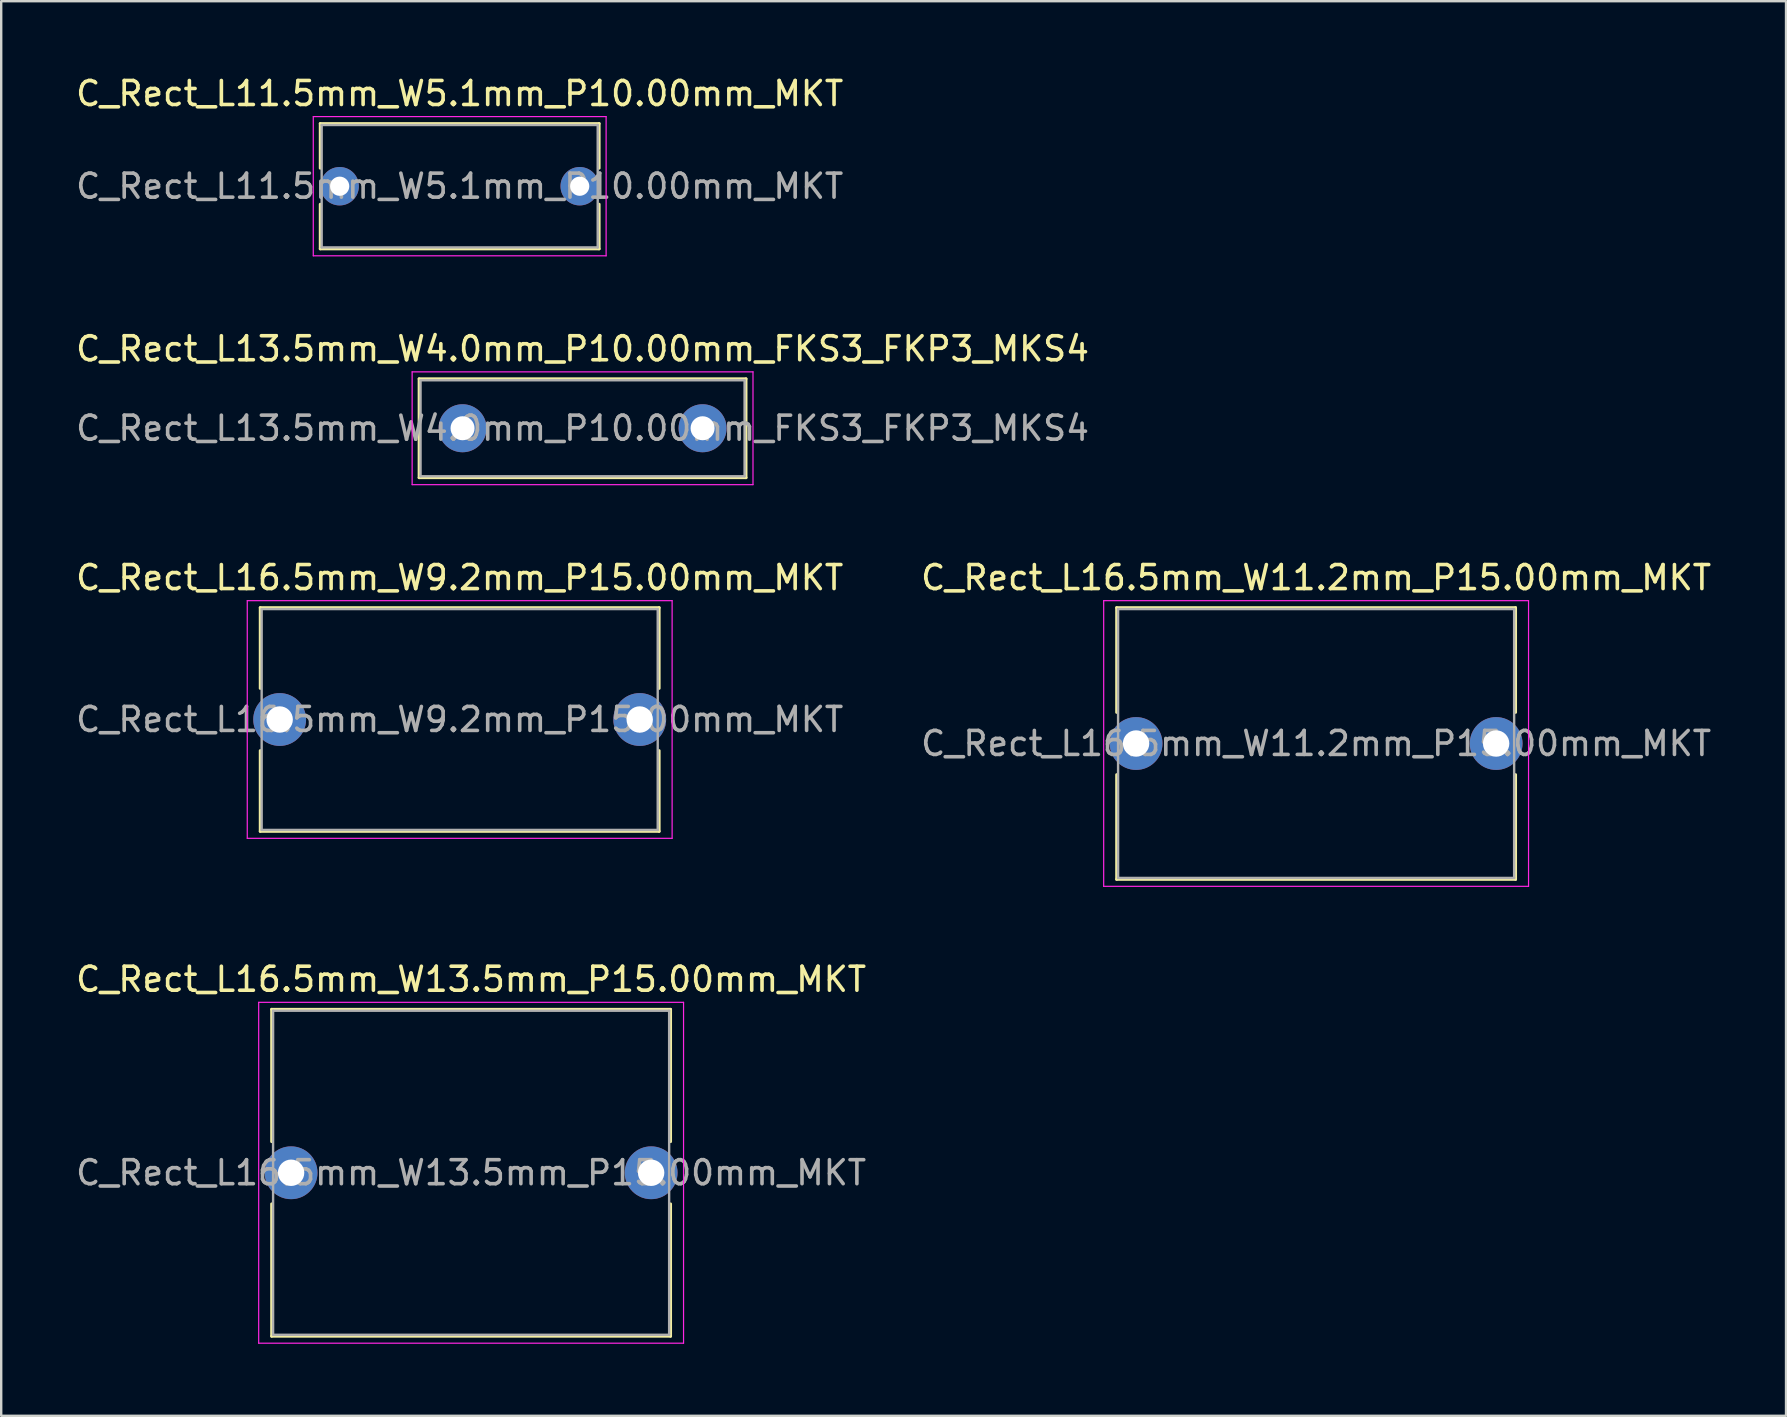
<source format=kicad_pcb>
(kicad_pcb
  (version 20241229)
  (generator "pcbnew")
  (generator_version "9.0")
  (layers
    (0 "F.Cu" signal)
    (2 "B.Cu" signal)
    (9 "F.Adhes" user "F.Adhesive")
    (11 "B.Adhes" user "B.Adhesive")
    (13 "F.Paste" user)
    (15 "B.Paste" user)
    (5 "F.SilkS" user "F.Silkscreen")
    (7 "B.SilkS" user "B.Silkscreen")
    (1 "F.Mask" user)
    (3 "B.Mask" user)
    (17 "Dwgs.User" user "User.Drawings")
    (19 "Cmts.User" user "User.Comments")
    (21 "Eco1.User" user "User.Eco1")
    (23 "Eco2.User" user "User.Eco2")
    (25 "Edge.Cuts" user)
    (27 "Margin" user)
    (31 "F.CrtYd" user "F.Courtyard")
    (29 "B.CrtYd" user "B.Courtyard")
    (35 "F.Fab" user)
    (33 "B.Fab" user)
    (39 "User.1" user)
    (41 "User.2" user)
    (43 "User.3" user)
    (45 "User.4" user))
  (footprint "C_Rect_L11.5mm_W5.1mm_P10.00mm_MKT"
    (layer "F.Cu")
    (at 11.101 4.708)
    (property "Reference" "C_Rect_L11.5mm_W5.1mm_P10.00mm_MKT" (at 5 -3.86 0) (layer "F.SilkS") (effects (font (size 1 1) (thickness 0.15))))
    (attr through_hole)
    (fp_line (start -0.81 -2.61) (end -0.81 -0.75) (stroke (width 0.12) (type solid)) (layer "F.SilkS"))
    (fp_line (start -0.81 -2.61) (end 10.81 -2.61) (stroke (width 0.12) (type solid)) (layer "F.SilkS"))
    (fp_line (start -0.81 0.75) (end -0.81 2.61) (stroke (width 0.12) (type solid)) (layer "F.SilkS"))
    (fp_line (start -0.81 2.61) (end 10.81 2.61) (stroke (width 0.12) (type solid)) (layer "F.SilkS"))
    (fp_line (start 10.81 -2.61) (end 10.81 -0.75) (stroke (width 0.12) (type solid)) (layer "F.SilkS"))
    (fp_line (start 10.81 0.75) (end 10.81 2.61) (stroke (width 0.12) (type solid)) (layer "F.SilkS"))
    (fp_line (start -1.1 -2.9) (end -1.1 2.9) (stroke (width 0.05) (type solid)) (layer "F.CrtYd"))
    (fp_line (start -1.1 2.9) (end 11.1 2.9) (stroke (width 0.05) (type solid)) (layer "F.CrtYd"))
    (fp_line (start 11.1 -2.9) (end -1.1 -2.9) (stroke (width 0.05) (type solid)) (layer "F.CrtYd"))
    (fp_line (start 11.1 2.9) (end 11.1 -2.9) (stroke (width 0.05) (type solid)) (layer "F.CrtYd"))
    (fp_line (start -0.75 -2.55) (end -0.75 2.55) (stroke (width 0.1) (type solid)) (layer "F.Fab"))
    (fp_line (start -0.75 2.55) (end 10.75 2.55) (stroke (width 0.1) (type solid)) (layer "F.Fab"))
    (fp_line (start 10.75 -2.55) (end -0.75 -2.55) (stroke (width 0.1) (type solid)) (layer "F.Fab"))
    (fp_line (start 10.75 2.55) (end 10.75 -2.55) (stroke (width 0.1) (type solid)) (layer "F.Fab"))
    (fp_text user "${REFERENCE}" (at 5 0 0) (layer "F.Fab") (effects (font (size 1 1) (thickness 0.15))))
    (pad "1" thru_hole circle (at 0 0) (size 1.6 1.6) (drill 0.8) (layers "*.Cu" "*.Mask"))
    (pad "2" thru_hole circle (at 10 0) (size 1.6 1.6) (drill 0.8) (layers "*.Cu" "*.Mask")))
  (footprint "C_Rect_L13.5mm_W4.0mm_P10.00mm_FKS3_FKP3_MKS4"
    (layer "F.Cu")
    (at 16.22 14.791)
    (property "Reference" "C_Rect_L13.5mm_W4.0mm_P10.00mm_FKS3_FKP3_MKS4" (at 5 -3.31 0) (layer "F.SilkS") (effects (font (size 1 1) (thickness 0.15))))
    (attr through_hole)
    (fp_line (start -1.81 -2.06) (end -1.81 2.06) (stroke (width 0.12) (type solid)) (layer "F.SilkS"))
    (fp_line (start -1.81 -2.06) (end 11.81 -2.06) (stroke (width 0.12) (type solid)) (layer "F.SilkS"))
    (fp_line (start -1.81 2.06) (end 11.81 2.06) (stroke (width 0.12) (type solid)) (layer "F.SilkS"))
    (fp_line (start 11.81 -2.06) (end 11.81 2.06) (stroke (width 0.12) (type solid)) (layer "F.SilkS"))
    (fp_line (start -2.1 -2.35) (end -2.1 2.35) (stroke (width 0.05) (type solid)) (layer "F.CrtYd"))
    (fp_line (start -2.1 2.35) (end 12.1 2.35) (stroke (width 0.05) (type solid)) (layer "F.CrtYd"))
    (fp_line (start 12.1 -2.35) (end -2.1 -2.35) (stroke (width 0.05) (type solid)) (layer "F.CrtYd"))
    (fp_line (start 12.1 2.35) (end 12.1 -2.35) (stroke (width 0.05) (type solid)) (layer "F.CrtYd"))
    (fp_line (start -1.75 -2) (end -1.75 2) (stroke (width 0.1) (type solid)) (layer "F.Fab"))
    (fp_line (start -1.75 2) (end 11.75 2) (stroke (width 0.1) (type solid)) (layer "F.Fab"))
    (fp_line (start 11.75 -2) (end -1.75 -2) (stroke (width 0.1) (type solid)) (layer "F.Fab"))
    (fp_line (start 11.75 2) (end 11.75 -2) (stroke (width 0.1) (type solid)) (layer "F.Fab"))
    (fp_text user "${REFERENCE}" (at 5 0 0) (layer "F.Fab") (effects (font (size 1 1) (thickness 0.15))))
    (pad "1" thru_hole circle (at 0 0) (size 2 2) (drill 1) (layers "*.Cu" "*.Mask"))
    (pad "2" thru_hole circle (at 10 0) (size 2 2) (drill 1) (layers "*.Cu" "*.Mask")))
  (footprint "C_Rect_L16.5mm_W13.5mm_P15.00mm_MKT"
    (layer "F.Cu")
    (at 9.077 45.808)
    (property "Reference" "C_Rect_L16.5mm_W13.5mm_P15.00mm_MKT" (at 7.5 -8.06 0) (layer "F.SilkS") (effects (font (size 1 1) (thickness 0.15))))
    (attr through_hole)
    (fp_line (start -0.81 -6.81) (end -0.81 -1.296) (stroke (width 0.12) (type solid)) (layer "F.SilkS"))
    (fp_line (start -0.81 -6.81) (end 15.81 -6.81) (stroke (width 0.12) (type solid)) (layer "F.SilkS"))
    (fp_line (start -0.81 1.296) (end -0.81 6.81) (stroke (width 0.12) (type solid)) (layer "F.SilkS"))
    (fp_line (start -0.81 6.81) (end 15.81 6.81) (stroke (width 0.12) (type solid)) (layer "F.SilkS"))
    (fp_line (start 15.81 -6.81) (end 15.81 -1.296) (stroke (width 0.12) (type solid)) (layer "F.SilkS"))
    (fp_line (start 15.81 1.296) (end 15.81 6.81) (stroke (width 0.12) (type solid)) (layer "F.SilkS"))
    (fp_line (start -1.35 -7.1) (end -1.35 7.1) (stroke (width 0.05) (type solid)) (layer "F.CrtYd"))
    (fp_line (start -1.35 7.1) (end 16.35 7.1) (stroke (width 0.05) (type solid)) (layer "F.CrtYd"))
    (fp_line (start 16.35 -7.1) (end -1.35 -7.1) (stroke (width 0.05) (type solid)) (layer "F.CrtYd"))
    (fp_line (start 16.35 7.1) (end 16.35 -7.1) (stroke (width 0.05) (type solid)) (layer "F.CrtYd"))
    (fp_line (start -0.75 -6.75) (end -0.75 6.75) (stroke (width 0.1) (type solid)) (layer "F.Fab"))
    (fp_line (start -0.75 6.75) (end 15.75 6.75) (stroke (width 0.1) (type solid)) (layer "F.Fab"))
    (fp_line (start 15.75 -6.75) (end -0.75 -6.75) (stroke (width 0.1) (type solid)) (layer "F.Fab"))
    (fp_line (start 15.75 6.75) (end 15.75 -6.75) (stroke (width 0.1) (type solid)) (layer "F.Fab"))
    (fp_text user "${REFERENCE}" (at 7.5 0 0) (layer "F.Fab") (effects (font (size 1 1) (thickness 0.15))))
    (pad "1" thru_hole circle (at 0 0) (size 2.2 2.2) (drill 1.1) (layers "*.Cu" "*.Mask"))
    (pad "2" thru_hole circle (at 15 0) (size 2.2 2.2) (drill 1.1) (layers "*.Cu" "*.Mask")))
  (footprint "C_Rect_L16.5mm_W9.2mm_P15.00mm_MKT"
    (layer "F.Cu")
    (at 8.601 26.925)
    (property "Reference" "C_Rect_L16.5mm_W9.2mm_P15.00mm_MKT" (at 7.5 -5.91 0) (layer "F.SilkS") (effects (font (size 1 1) (thickness 0.15))))
    (attr through_hole)
    (fp_line (start -0.81 -4.66) (end -0.81 -1.296) (stroke (width 0.12) (type solid)) (layer "F.SilkS"))
    (fp_line (start -0.81 -4.66) (end 15.81 -4.66) (stroke (width 0.12) (type solid)) (layer "F.SilkS"))
    (fp_line (start -0.81 1.296) (end -0.81 4.66) (stroke (width 0.12) (type solid)) (layer "F.SilkS"))
    (fp_line (start -0.81 4.66) (end 15.81 4.66) (stroke (width 0.12) (type solid)) (layer "F.SilkS"))
    (fp_line (start 15.81 -4.66) (end 15.81 -1.296) (stroke (width 0.12) (type solid)) (layer "F.SilkS"))
    (fp_line (start 15.81 1.296) (end 15.81 4.66) (stroke (width 0.12) (type solid)) (layer "F.SilkS"))
    (fp_line (start -1.35 -4.95) (end -1.35 4.95) (stroke (width 0.05) (type solid)) (layer "F.CrtYd"))
    (fp_line (start -1.35 4.95) (end 16.35 4.95) (stroke (width 0.05) (type solid)) (layer "F.CrtYd"))
    (fp_line (start 16.35 -4.95) (end -1.35 -4.95) (stroke (width 0.05) (type solid)) (layer "F.CrtYd"))
    (fp_line (start 16.35 4.95) (end 16.35 -4.95) (stroke (width 0.05) (type solid)) (layer "F.CrtYd"))
    (fp_line (start -0.75 -4.6) (end -0.75 4.6) (stroke (width 0.1) (type solid)) (layer "F.Fab"))
    (fp_line (start -0.75 4.6) (end 15.75 4.6) (stroke (width 0.1) (type solid)) (layer "F.Fab"))
    (fp_line (start 15.75 -4.6) (end -0.75 -4.6) (stroke (width 0.1) (type solid)) (layer "F.Fab"))
    (fp_line (start 15.75 4.6) (end 15.75 -4.6) (stroke (width 0.1) (type solid)) (layer "F.Fab"))
    (fp_text user "${REFERENCE}" (at 7.5 0 0) (layer "F.Fab") (effects (font (size 1 1) (thickness 0.15))))
    (pad "1" thru_hole circle (at 0 0) (size 2.2 2.2) (drill 1.1) (layers "*.Cu" "*.Mask"))
    (pad "2" thru_hole circle (at 15 0) (size 2.2 2.2) (drill 1.1) (layers "*.Cu" "*.Mask")))
  (footprint "C_Rect_L16.5mm_W11.2mm_P15.00mm_MKT"
    (layer "F.Cu")
    (at 44.28 27.925)
    (property "Reference" "C_Rect_L16.5mm_W11.2mm_P15.00mm_MKT" (at 7.5 -6.91 0) (layer "F.SilkS") (effects (font (size 1 1) (thickness 0.15))))
    (attr through_hole)
    (fp_line (start -0.81 -5.66) (end -0.81 -1.296) (stroke (width 0.12) (type solid)) (layer "F.SilkS"))
    (fp_line (start -0.81 -5.66) (end 15.81 -5.66) (stroke (width 0.12) (type solid)) (layer "F.SilkS"))
    (fp_line (start -0.81 1.296) (end -0.81 5.66) (stroke (width 0.12) (type solid)) (layer "F.SilkS"))
    (fp_line (start -0.81 5.66) (end 15.81 5.66) (stroke (width 0.12) (type solid)) (layer "F.SilkS"))
    (fp_line (start 15.81 -5.66) (end 15.81 -1.296) (stroke (width 0.12) (type solid)) (layer "F.SilkS"))
    (fp_line (start 15.81 1.296) (end 15.81 5.66) (stroke (width 0.12) (type solid)) (layer "F.SilkS"))
    (fp_line (start -1.35 -5.95) (end -1.35 5.95) (stroke (width 0.05) (type solid)) (layer "F.CrtYd"))
    (fp_line (start -1.35 5.95) (end 16.35 5.95) (stroke (width 0.05) (type solid)) (layer "F.CrtYd"))
    (fp_line (start 16.35 -5.95) (end -1.35 -5.95) (stroke (width 0.05) (type solid)) (layer "F.CrtYd"))
    (fp_line (start 16.35 5.95) (end 16.35 -5.95) (stroke (width 0.05) (type solid)) (layer "F.CrtYd"))
    (fp_line (start -0.75 -5.6) (end -0.75 5.6) (stroke (width 0.1) (type solid)) (layer "F.Fab"))
    (fp_line (start -0.75 5.6) (end 15.75 5.6) (stroke (width 0.1) (type solid)) (layer "F.Fab"))
    (fp_line (start 15.75 -5.6) (end -0.75 -5.6) (stroke (width 0.1) (type solid)) (layer "F.Fab"))
    (fp_line (start 15.75 5.6) (end 15.75 -5.6) (stroke (width 0.1) (type solid)) (layer "F.Fab"))
    (fp_text user "${REFERENCE}" (at 7.5 0 0) (layer "F.Fab") (effects (font (size 1 1) (thickness 0.15))))
    (pad "1" thru_hole circle (at 0 0) (size 2.2 2.2) (drill 1.1) (layers "*.Cu" "*.Mask"))
    (pad "2" thru_hole circle (at 15 0) (size 2.2 2.2) (drill 1.1) (layers "*.Cu" "*.Mask")))
  (gr_rect
    (start -3 -3)
    (end 71.357 55.933)
    (stroke (width 0.1) (type default))
    (fill no)
    (layer "Edge.Cuts")))
</source>
